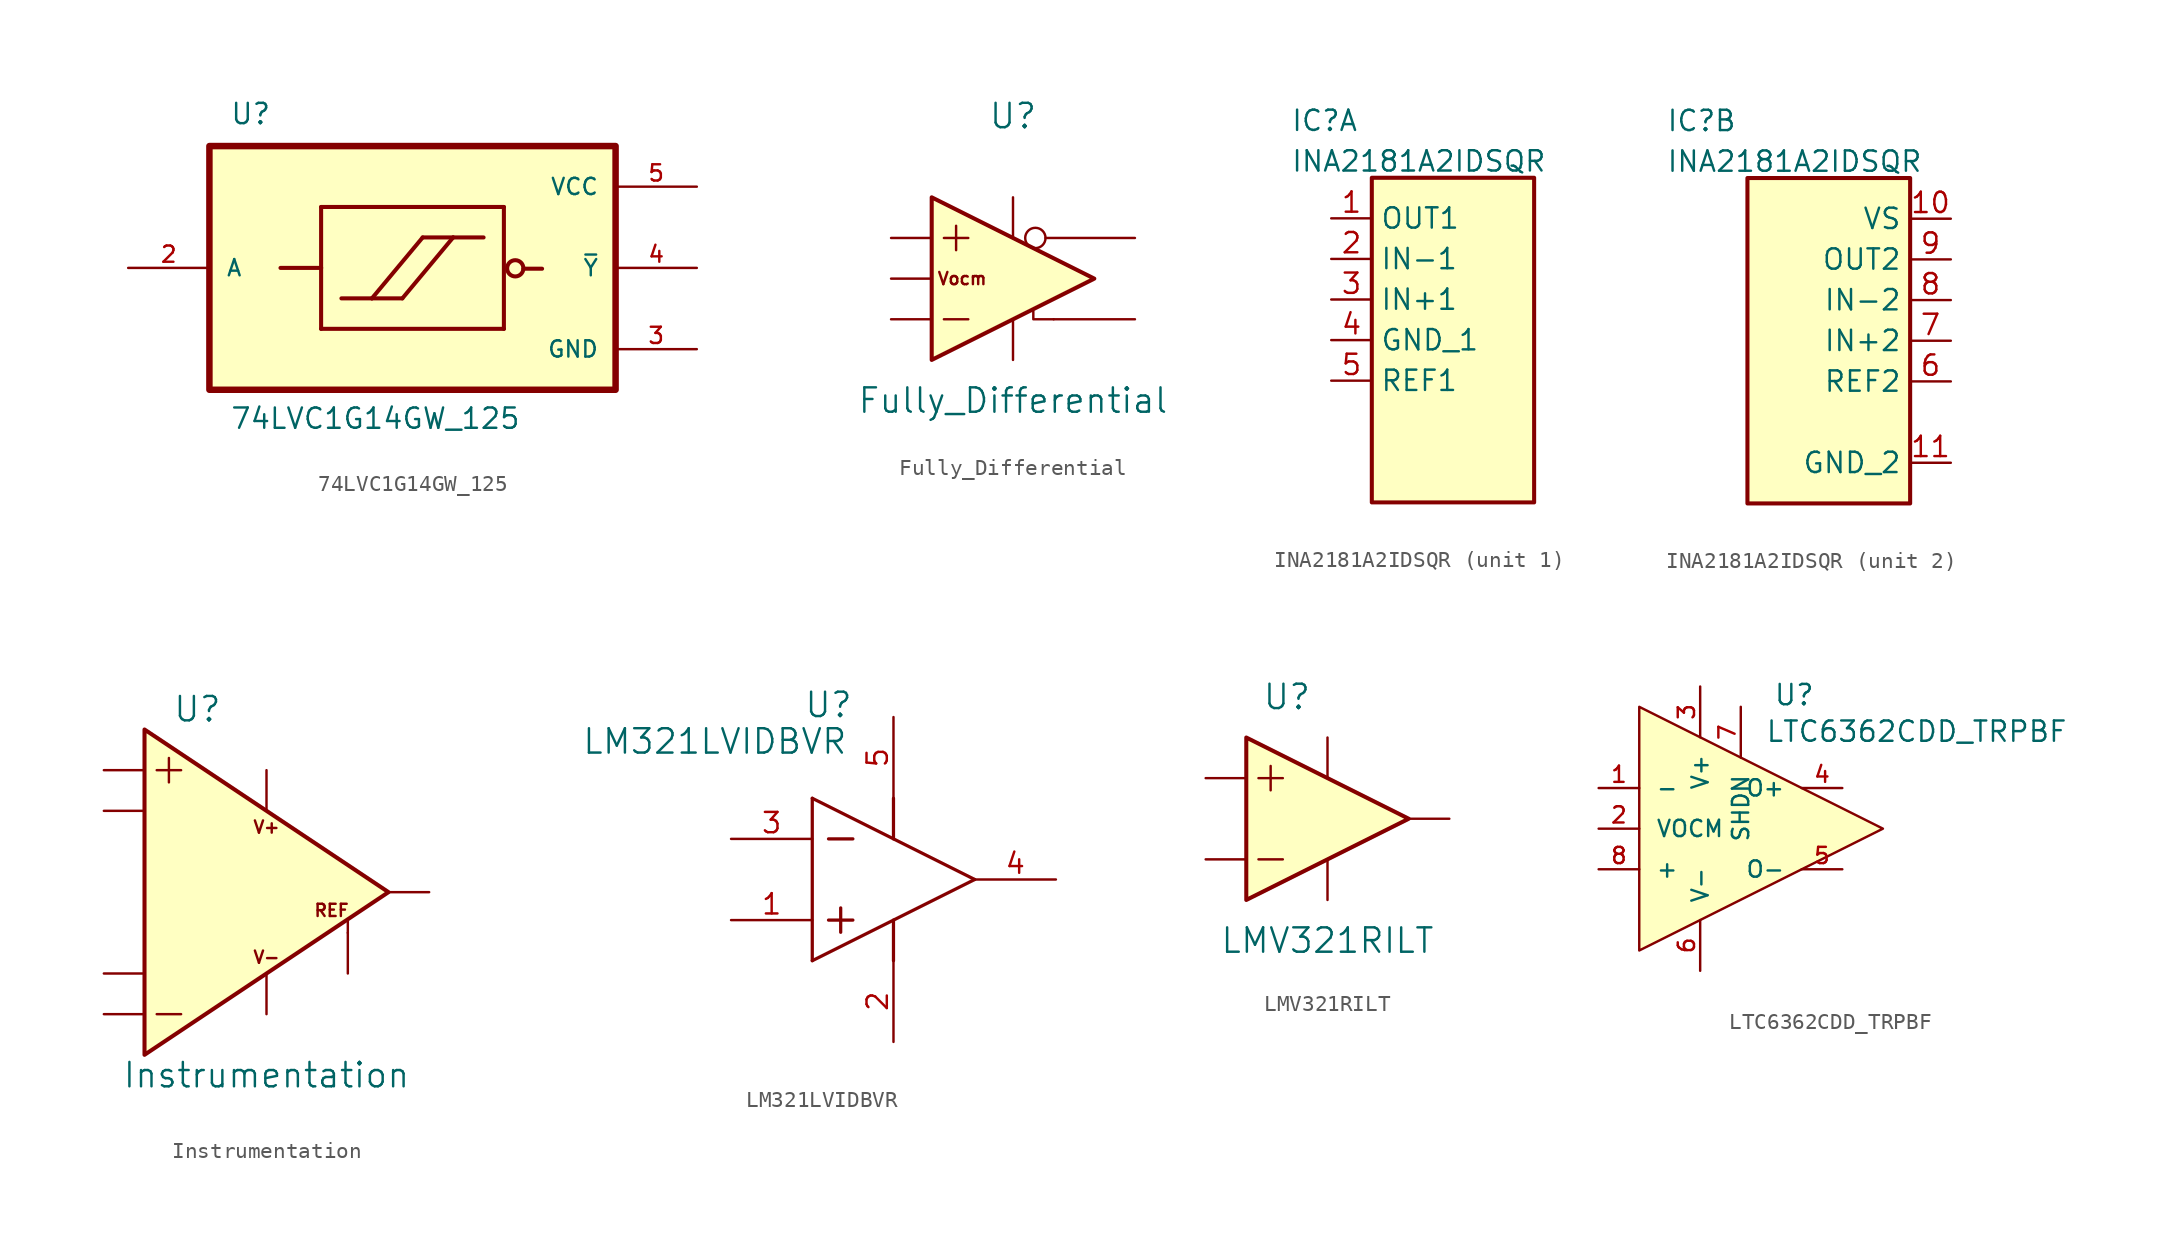
<source format=kicad_sym>
(kicad_symbol_lib
  (version 20241209)
  (generator "kicad_symbol_editor")
  (generator_version "9.0")
  (symbol "74LVC1G14GW_125"
    (pin_names
      (offset 1.016))
    (property "Reference" "U"
      (at -11.43 8.89 0)
      (effects (font (size 1.27 1.27)) (justify left bottom)))
    (property "Value" "74LVC1G14GW_125"
      (at -11.43 -10.16 0)
      (effects (font (size 1.27 1.27)) (justify left bottom)))
    (symbol "74LVC1G14GW_125_0_0"
      (rectangle (start -12.7 -7.62) (end 12.7 7.62) (stroke (width 0.406) (type default)) (fill (type background)))
      (polyline (pts (xy -5.715 3.81) (xy -5.715 0)) (stroke (width 0.254) (type default)) (fill (type none)))
      (polyline (pts (xy -5.715 3.81) (xy 5.715 3.81)) (stroke (width 0.254) (type default)) (fill (type none)))
      (polyline (pts (xy -5.715 0) (xy -8.255 0)) (stroke (width 0.254) (type default)) (fill (type none)))
      (polyline (pts (xy -5.715 0) (xy -5.715 -3.81)) (stroke (width 0.254) (type default)) (fill (type none)))
      (polyline (pts (xy -2.54 -1.905) (xy -4.445 -1.905)) (stroke (width 0.254) (type default)) (fill (type none)))
      (polyline (pts (xy -0.635 -1.905) (xy -2.54 -1.905)) (stroke (width 0.254) (type default)) (fill (type none)))
      (polyline (pts (xy -0.635 -1.905) (xy 2.54 1.905)) (stroke (width 0.254) (type default)) (fill (type none)))
      (polyline (pts (xy 0.635 1.905) (xy -2.54 -1.905)) (stroke (width 0.254) (type default)) (fill (type none)))
      (polyline (pts (xy 0.635 1.905) (xy 2.54 1.905)) (stroke (width 0.254) (type default)) (fill (type none)))
      (polyline (pts (xy 2.54 1.905) (xy 4.445 1.905)) (stroke (width 0.254) (type default)) (fill (type none)))
      (polyline (pts (xy 5.715 3.81) (xy 5.715 -3.81)) (stroke (width 0.254) (type default)) (fill (type none)))
      (polyline (pts (xy 5.715 -3.81) (xy -5.715 -3.81)) (stroke (width 0.254) (type default)) (fill (type none)))
      (circle (center 6.426 -0.025) (radius 0.508) (stroke (width 0.254) (type default)) (fill (type none)))
      (polyline (pts (xy 6.934 -0.051) (xy 8.103 -0.051)) (stroke (width 0.254) (type default)) (fill (type none)))
      (pin input line (at -17.78 0 0) (length 5.08) (name "A" (effects (font (size 1.016 1.016)))) (number "2" (effects (font (size 1.016 1.016)))))
      (pin power_in line (at 17.78 5.08 180) (length 5.08) (name "VCC" (effects (font (size 1.016 1.016)))) (number "5" (effects (font (size 1.016 1.016)))))
      (pin output line (at 17.78 0 180) (length 5.08) (name "~{Y}" (effects (font (size 1.016 1.016)))) (number "4" (effects (font (size 1.016 1.016)))))
      (pin power_in line (at 17.78 -5.08 180) (length 5.08) (name "GND" (effects (font (size 1.016 1.016)))) (number "3" (effects (font (size 1.016 1.016)))))))
  (symbol "Fully_Differential"
    (pin_numbers
      (hide yes))
    (pin_names
      (offset 0)
      (hide yes))
    (property "Reference" "U"
      (at 0 10.16 0)
      (effects (font (size 1.524 1.524))))
    (property "Value" "Fully_Differential"
      (at 0 -7.62 0)
      (effects (font (size 1.524 1.524))))
    (symbol "Fully_Differential_0_0"
      (text "Vocm" (at -3.175 0 0) (effects (font (size 0.762 0.762)))))
    (symbol "Fully_Differential_0_1"
      (polyline (pts (xy -5.08 5.08) (xy -5.08 -5.08) (xy 5.08 0) (xy -5.08 5.08)) (stroke (width 0.254) (type default)) (fill (type background)))
      (polyline (pts (xy -4.318 2.54) (xy -2.794 2.54)) (stroke (width 0) (type default)) (fill (type none)))
      (polyline (pts (xy -4.318 -2.54) (xy -2.794 -2.54)) (stroke (width 0) (type default)) (fill (type none)))
      (polyline (pts (xy -3.556 3.302) (xy -3.556 1.778)) (stroke (width 0) (type default)) (fill (type none)))
      (polyline (pts (xy 2.54 -2.54) (xy 1.524 -2.54) (xy 1.27 -2.54) (xy 1.27 -2.032)) (stroke (width 0) (type default)) (fill (type none))))
    (symbol "Fully_Differential_1_1"
      (pin input line (at -7.62 2.54 0) (length 2.54) (name "+Input" (effects (font (size 1.27 1.27)))) (number "~" (effects (font (size 1.27 1.27)))))
      (pin input line (at -7.62 0 0) (length 2.54) (name "Vocm" (effects (font (size 1.27 1.27)))) (number "~" (effects (font (size 1.27 1.27)))))
      (pin input line (at -7.62 -2.54 0) (length 2.54) (name "-Input" (effects (font (size 1.27 1.27)))) (number "~" (effects (font (size 1.27 1.27)))))
      (pin input line (at 0 5.08 270) (length 2.54) (name "Vs+" (effects (font (size 1.27 1.27)))) (number "~" (effects (font (size 1.27 1.27)))))
      (pin input line (at 0 -5.08 90) (length 2.54) (name "Vs-" (effects (font (size 1.27 1.27)))) (number "~" (effects (font (size 1.27 1.27)))))
      (pin input inverted (at 7.62 2.54 180) (length 6.858) (name "-Output" (effects (font (size 1.27 1.27)))) (number "~" (effects (font (size 1.27 1.27)))))
      (pin input line (at 7.62 -2.54 180) (length 5.08) (name "+Output" (effects (font (size 1.27 1.27)))) (number "~" (effects (font (size 1.27 1.27)))))))
  (symbol "INA2181A2IDSQR"
    (property "Reference" "IC"
      (at -10.16 14.478 0)
      (effects (font (size 1.27 1.27)) (justify left top)))
    (property "Value" "INA2181A2IDSQR"
      (at -10.16 11.938 0)
      (effects (font (size 1.27 1.27)) (justify left top)))
    (property "ki_locked" ""
      (at 0 0 0)
      (effects (font (size 1.27 1.27))))
    (symbol "INA2181A2IDSQR_1_1"
      (rectangle (start -5.08 10.16) (end 5.08 -10.16) (stroke (width 0.254) (type default)) (fill (type background)))
      (pin passive line (at -7.62 7.62 0) (length 2.54) (name "OUT1" (effects (font (size 1.27 1.27)))) (number "1" (effects (font (size 1.27 1.27)))))
      (pin passive line (at -7.62 5.08 0) (length 2.54) (name "IN-1" (effects (font (size 1.27 1.27)))) (number "2" (effects (font (size 1.27 1.27)))))
      (pin passive line (at -7.62 2.54 0) (length 2.54) (name "IN+1" (effects (font (size 1.27 1.27)))) (number "3" (effects (font (size 1.27 1.27)))))
      (pin passive line (at -7.62 0 0) (length 2.54) (name "GND_1" (effects (font (size 1.27 1.27)))) (number "4" (effects (font (size 1.27 1.27)))))
      (pin passive line (at -7.62 -2.54 0) (length 2.54) (name "REF1" (effects (font (size 1.27 1.27)))) (number "5" (effects (font (size 1.27 1.27))))))
    (symbol "INA2181A2IDSQR_2_1"
      (rectangle (start -5.08 10.16) (end 5.08 -10.16) (stroke (width 0.254) (type default)) (fill (type background)))
      (pin passive line (at 7.62 7.62 180) (length 2.54) (name "VS" (effects (font (size 1.27 1.27)))) (number "10" (effects (font (size 1.27 1.27)))))
      (pin passive line (at 7.62 5.08 180) (length 2.54) (name "OUT2" (effects (font (size 1.27 1.27)))) (number "9" (effects (font (size 1.27 1.27)))))
      (pin passive line (at 7.62 2.54 180) (length 2.54) (name "IN-2" (effects (font (size 1.27 1.27)))) (number "8" (effects (font (size 1.27 1.27)))))
      (pin passive line (at 7.62 0 180) (length 2.54) (name "IN+2" (effects (font (size 1.27 1.27)))) (number "7" (effects (font (size 1.27 1.27)))))
      (pin passive line (at 7.62 -2.54 180) (length 2.54) (name "REF2" (effects (font (size 1.27 1.27)))) (number "6" (effects (font (size 1.27 1.27)))))
      (pin passive line (at 7.62 -7.62 180) (length 2.54) (name "GND_2" (effects (font (size 1.27 1.27)))) (number "11" (effects (font (size 1.27 1.27)))))))
  (symbol "Instrumentation"
    (pin_numbers
      (hide yes))
    (pin_names
      (offset 0)
      (hide yes))
    (property "Reference" "U"
      (at -4.318 11.43 0)
      (effects (font (size 1.524 1.524))))
    (property "Value" "Instrumentation"
      (at 0 -11.43 0)
      (effects (font (size 1.524 1.524))))
    (symbol "Instrumentation_0_0"
      (text "V+" (at 0 4.064 0) (effects (font (size 0.762 0.762))))
      (text "V-" (at 0 -4.064 0) (effects (font (size 0.762 0.762))))
      (text "REF" (at 4.064 -1.143 0) (effects (font (size 0.762 0.762)))))
    (symbol "Instrumentation_0_1"
      (polyline (pts (xy -7.62 10.16) (xy -7.62 -10.16) (xy 7.62 0) (xy -7.62 10.16)) (stroke (width 0.254) (type default)) (fill (type background)))
      (polyline (pts (xy -6.858 7.62) (xy -5.334 7.62)) (stroke (width 0) (type default)) (fill (type none)))
      (polyline (pts (xy -6.858 -7.62) (xy -5.334 -7.62)) (stroke (width 0) (type default)) (fill (type none)))
      (polyline (pts (xy -6.096 8.382) (xy -6.096 6.858)) (stroke (width 0) (type default)) (fill (type none)))
      (polyline (pts (xy 5.08 -1.778) (xy 5.08 -2.54)) (stroke (width 0) (type default)) (fill (type none))))
    (symbol "Instrumentation_1_1"
      (pin input line (at -10.16 7.62 0) (length 2.54) (name "+Input" (effects (font (size 1.27 1.27)))) (number "~" (effects (font (size 1.27 1.27)))))
      (pin input line (at -10.16 5.08 0) (length 2.54) (name "RG" (effects (font (size 1.27 1.27)))) (number "~" (effects (font (size 1.27 1.27)))))
      (pin input line (at -10.16 -5.08 0) (length 2.54) (name "RG" (effects (font (size 1.27 1.27)))) (number "~" (effects (font (size 1.27 1.27)))))
      (pin input line (at -10.16 -7.62 0) (length 2.54) (name "-Input" (effects (font (size 1.27 1.27)))) (number "~" (effects (font (size 1.27 1.27)))))
      (pin input line (at 0 7.62 270) (length 2.54) (name "+Vs" (effects (font (size 1.27 1.27)))) (number "~" (effects (font (size 1.27 1.27)))))
      (pin input line (at 0 -7.62 90) (length 2.54) (name "-Vs" (effects (font (size 1.27 1.27)))) (number "~" (effects (font (size 1.27 1.27)))))
      (pin input line (at 5.08 -5.08 90) (length 2.54) (name "REF" (effects (font (size 1.27 1.27)))) (number "~" (effects (font (size 1.27 1.27)))))
      (pin output line (at 10.16 0 180) (length 2.54) (name "Output" (effects (font (size 1.27 1.27)))) (number "~" (effects (font (size 1.27 1.27)))))))
  (symbol "LM321LVIDBVR"
    (pin_names
      (offset 0.254))
    (property "Reference" "U"
      (at -2.794 10.922 0)
      (effects (font (size 1.524 1.524))))
    (property "Value" "LM321LVIDBVR"
      (at -9.906 8.636 0)
      (effects (font (size 1.524 1.524))))
    (symbol "LM321LVIDBVR_0_1"
      (polyline (pts (xy -3.81 5.08) (xy -3.81 -5.08)) (stroke (width 0.203) (type default)) (fill (type none)))
      (polyline (pts (xy -3.81 5.08) (xy 6.35 0)) (stroke (width 0.203) (type default)) (fill (type none)))
      (polyline (pts (xy -3.81 -5.08) (xy 6.35 0)) (stroke (width 0.203) (type default)) (fill (type none)))
      (polyline (pts (xy -2.794 2.54) (xy -1.27 2.54)) (stroke (width 0.203) (type default)) (fill (type none)))
      (polyline (pts (xy -2.794 -2.54) (xy -1.27 -2.54)) (stroke (width 0.203) (type default)) (fill (type none)))
      (polyline (pts (xy -2.032 -1.778) (xy -2.032 -3.302)) (stroke (width 0.203) (type default)) (fill (type none)))
      (polyline (pts (xy 1.27 5.08) (xy 1.27 2.54)) (stroke (width 0.203) (type default)) (fill (type none)))
      (polyline (pts (xy 1.27 -2.54) (xy 1.27 -5.08)) (stroke (width 0.203) (type default)) (fill (type none))))
    (symbol "LM321LVIDBVR_1_1"
      (pin input line (at -8.89 2.54 0) (length 5.08) (name "" (effects (font (size 1.27 1.27)))) (number "3" (effects (font (size 1.27 1.27)))))
      (pin input line (at -8.89 -2.54 0) (length 5.08) (name "" (effects (font (size 1.27 1.27)))) (number "1" (effects (font (size 1.27 1.27)))))
      (pin power_in line (at 1.27 10.16 270) (length 5.08) (name "" (effects (font (size 1.27 1.27)))) (number "5" (effects (font (size 1.27 1.27)))))
      (pin power_in line (at 1.27 -10.16 90) (length 5.08) (name "" (effects (font (size 1.27 1.27)))) (number "2" (effects (font (size 1.27 1.27)))))
      (pin output line (at 11.43 0 180) (length 5.08) (name "" (effects (font (size 1.27 1.27)))) (number "4" (effects (font (size 1.27 1.27)))))))
  (symbol "LMV321RILT"
    (pin_numbers
      (hide yes))
    (pin_names
      (offset 0)
      (hide yes))
    (property "Reference" "U"
      (at -2.54 7.62 0)
      (effects (font (size 1.524 1.524))))
    (property "Value" "LMV321RILT"
      (at 0 -7.62 0)
      (effects (font (size 1.524 1.524))))
    (symbol "LMV321RILT_0_1"
      (polyline (pts (xy -5.08 5.08) (xy -5.08 -5.08) (xy 5.08 0) (xy -5.08 5.08)) (stroke (width 0.254) (type default)) (fill (type background)))
      (polyline (pts (xy -4.318 2.54) (xy -2.794 2.54)) (stroke (width 0) (type default)) (fill (type none)))
      (polyline (pts (xy -4.318 -2.54) (xy -2.794 -2.54)) (stroke (width 0) (type default)) (fill (type none)))
      (polyline (pts (xy -3.556 3.302) (xy -3.556 1.778)) (stroke (width 0) (type default)) (fill (type none))))
    (symbol "LMV321RILT_1_1"
      (pin passive line (at -7.62 2.54 0) (length 2.54) (name "+Input" (effects (font (size 1.27 1.27)))) (number "3" (effects (font (size 1.27 1.27)))))
      (pin passive line (at -7.62 -2.54 0) (length 2.54) (name "-Input" (effects (font (size 1.27 1.27)))) (number "4" (effects (font (size 1.27 1.27)))))
      (pin input line (at 0 5.08 270) (length 2.54) (name "VCC" (effects (font (size 1.27 1.27)))) (number "5" (effects (font (size 1.27 1.27)))))
      (pin input line (at 0 -5.08 90) (length 2.54) (name "VDD" (effects (font (size 1.27 1.27)))) (number "2" (effects (font (size 1.27 1.27)))))
      (pin input line (at 7.62 0 180) (length 2.54) (name "Output" (effects (font (size 1.27 1.27)))) (number "1" (effects (font (size 1.27 1.27)))))))
  (symbol "LTC6362CDD_TRPBF"
    (pin_names
      (offset 1.016))
    (property "Reference" "U"
      (at -0.508 7.62 0)
      (effects (font (size 1.27 1.27)) (justify left bottom)))
    (property "Value" "LTC6362CDD_TRPBF"
      (at -1.016 5.334 0)
      (effects (font (size 1.27 1.27)) (justify left bottom)))
    (symbol "LTC6362CDD_TRPBF_0_0"
      (pin bidirectional line (at -11.43 0 0) (length 2.54) (name "VOCM" (effects (font (size 1.016 1.016)))) (number "2" (effects (font (size 1.016 1.016))))))
    (symbol "LTC6362CDD_TRPBF_1_0"
      (pin input line (at -11.43 2.54 0) (length 2.54) (name "-" (effects (font (size 1.016 1.016)))) (number "1" (effects (font (size 1.016 1.016)))))
      (pin input line (at -11.43 -2.54 0) (length 2.54) (name "+" (effects (font (size 1.016 1.016)))) (number "8" (effects (font (size 1.016 1.016)))))
      (pin power_in line (at -5.08 8.89 270) (length 3.175) (name "V+" (effects (font (size 1.016 1.016)))) (number "3" (effects (font (size 1.016 1.016)))))
      (pin power_in line (at -5.08 -8.89 90) (length 3.175) (name "V-" (effects (font (size 1.016 1.016)))) (number "6" (effects (font (size 1.016 1.016)))))
      (pin passive line (at -2.54 7.62 270) (length 3.175) (name "SHDN" (effects (font (size 1.016 1.016)))) (number "7" (effects (font (size 1.016 1.016)))))
      (pin bidirectional line (at 3.81 2.54 180) (length 2.54) (name "O+" (effects (font (size 1.016 1.016)))) (number "4" (effects (font (size 1.016 1.016)))))
      (pin bidirectional line (at 3.81 -2.54 180) (length 2.54) (name "O-" (effects (font (size 1.016 1.016)))) (number "5" (effects (font (size 1.016 1.016))))))
    (symbol "LTC6362CDD_TRPBF_1_1"
      (polyline (pts (xy -8.89 7.62) (xy -8.89 -7.62) (xy 6.35 0) (xy -8.89 7.62)) (stroke (width 0) (type default)) (fill (type background))))))
</source>
